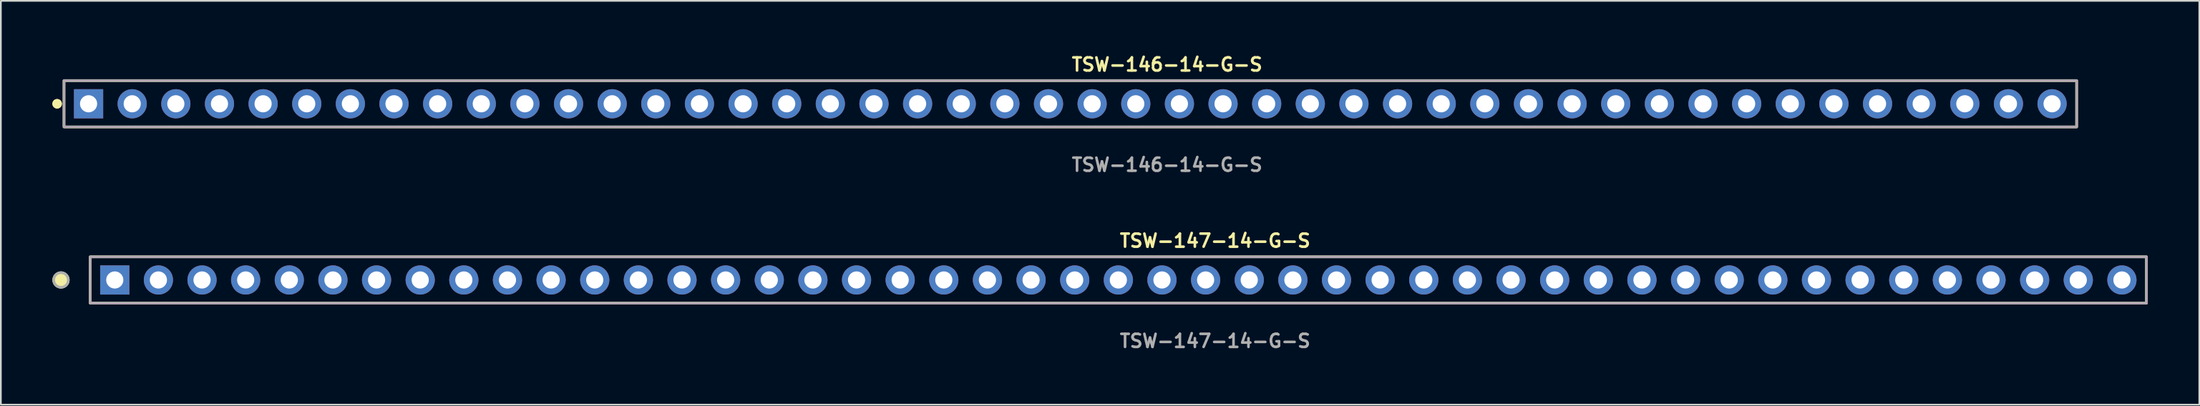
<source format=kicad_pcb>
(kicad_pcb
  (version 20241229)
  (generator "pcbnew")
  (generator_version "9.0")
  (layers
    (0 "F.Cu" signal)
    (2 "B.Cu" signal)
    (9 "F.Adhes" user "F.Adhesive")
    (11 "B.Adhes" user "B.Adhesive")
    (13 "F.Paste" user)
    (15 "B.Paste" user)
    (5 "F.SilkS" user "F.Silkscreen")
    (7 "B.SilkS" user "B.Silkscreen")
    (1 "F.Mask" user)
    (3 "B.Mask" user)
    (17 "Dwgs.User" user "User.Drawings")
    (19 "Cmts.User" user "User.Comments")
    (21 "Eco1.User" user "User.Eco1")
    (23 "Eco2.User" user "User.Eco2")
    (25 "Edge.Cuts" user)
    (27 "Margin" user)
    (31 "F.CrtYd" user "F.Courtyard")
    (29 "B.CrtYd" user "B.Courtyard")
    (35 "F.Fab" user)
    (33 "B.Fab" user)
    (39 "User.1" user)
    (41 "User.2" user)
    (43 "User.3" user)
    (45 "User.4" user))
  (footprint "TSW-147-14-G-S"
    (layer "F.Cu")
    (at 62.051 13.268)
    (property "Reference" "TSW-147-14-G-S" (at 0 -2.286 0) (unlocked yes) (layer "F.SilkS") (effects (font (size 0.762 0.762) (thickness 0.152)) (justify left)))
    (fp_rect (start -59.85 1.35) (end 59.85 -1.35) (stroke (width 0.152) (type solid)) (fill no) (layer "F.SilkS"))
    (fp_circle (center -61.55 0) (end -61.975 0) (stroke (width 0.152) (type solid)) (fill yes) (layer "F.SilkS"))
    (fp_rect (start -59.85 1.35) (end 59.85 -1.35) (stroke (width 0.006) (type solid)) (fill no) (layer "F.CrtYd"))
    (fp_rect (start -59.85 1.35) (end 59.85 -1.35) (stroke (width 0.152) (type solid)) (fill no) (layer "F.Fab"))
    (fp_circle (center -61.55 0) (end -61.975 0) (stroke (width 0.152) (type solid)) (fill no) (layer "F.Fab"))
    (fp_text user "${REFERENCE}" (at 0 3.556 0) (unlocked yes) (layer "F.Fab") (effects (font (size 0.762 0.762) (thickness 0.152)) (justify left)))
    (pad "1" thru_hole rect (at -58.42 0) (size 1.7 1.7) (drill 1) (layers "*.Cu" "*.Mask"))
    (pad "2" thru_hole circle (at -55.88 0) (size 1.7 1.7) (drill 1) (layers "*.Cu" "*.Mask"))
    (pad "3" thru_hole circle (at -53.34 0) (size 1.7 1.7) (drill 1) (layers "*.Cu" "*.Mask"))
    (pad "4" thru_hole circle (at -50.8 0) (size 1.7 1.7) (drill 1) (layers "*.Cu" "*.Mask"))
    (pad "5" thru_hole circle (at -48.26 0) (size 1.7 1.7) (drill 1) (layers "*.Cu" "*.Mask"))
    (pad "6" thru_hole circle (at -45.72 0) (size 1.7 1.7) (drill 1) (layers "*.Cu" "*.Mask"))
    (pad "7" thru_hole circle (at -43.18 0) (size 1.7 1.7) (drill 1) (layers "*.Cu" "*.Mask"))
    (pad "8" thru_hole circle (at -40.64 0) (size 1.7 1.7) (drill 1) (layers "*.Cu" "*.Mask"))
    (pad "9" thru_hole circle (at -38.1 0) (size 1.7 1.7) (drill 1) (layers "*.Cu" "*.Mask"))
    (pad "10" thru_hole circle (at -35.56 0) (size 1.7 1.7) (drill 1) (layers "*.Cu" "*.Mask"))
    (pad "11" thru_hole circle (at -33.02 0) (size 1.7 1.7) (drill 1) (layers "*.Cu" "*.Mask"))
    (pad "12" thru_hole circle (at -30.48 0) (size 1.7 1.7) (drill 1) (layers "*.Cu" "*.Mask"))
    (pad "13" thru_hole circle (at -27.94 0) (size 1.7 1.7) (drill 1) (layers "*.Cu" "*.Mask"))
    (pad "14" thru_hole circle (at -25.4 0) (size 1.7 1.7) (drill 1) (layers "*.Cu" "*.Mask"))
    (pad "15" thru_hole circle (at -22.86 0) (size 1.7 1.7) (drill 1) (layers "*.Cu" "*.Mask"))
    (pad "16" thru_hole circle (at -20.32 0) (size 1.7 1.7) (drill 1) (layers "*.Cu" "*.Mask"))
    (pad "17" thru_hole circle (at -17.78 0) (size 1.7 1.7) (drill 1) (layers "*.Cu" "*.Mask"))
    (pad "18" thru_hole circle (at -15.24 0) (size 1.7 1.7) (drill 1) (layers "*.Cu" "*.Mask"))
    (pad "19" thru_hole circle (at -12.7 0) (size 1.7 1.7) (drill 1) (layers "*.Cu" "*.Mask"))
    (pad "20" thru_hole circle (at -10.16 0) (size 1.7 1.7) (drill 1) (layers "*.Cu" "*.Mask"))
    (pad "21" thru_hole circle (at -7.62 0) (size 1.7 1.7) (drill 1) (layers "*.Cu" "*.Mask"))
    (pad "22" thru_hole circle (at -5.08 0) (size 1.7 1.7) (drill 1) (layers "*.Cu" "*.Mask"))
    (pad "23" thru_hole circle (at -2.54 0) (size 1.7 1.7) (drill 1) (layers "*.Cu" "*.Mask"))
    (pad "24" thru_hole circle (at 0 0) (size 1.7 1.7) (drill 1) (layers "*.Cu" "*.Mask"))
    (pad "25" thru_hole circle (at 2.54 0) (size 1.7 1.7) (drill 1) (layers "*.Cu" "*.Mask"))
    (pad "26" thru_hole circle (at 5.08 0) (size 1.7 1.7) (drill 1) (layers "*.Cu" "*.Mask"))
    (pad "27" thru_hole circle (at 7.62 0) (size 1.7 1.7) (drill 1) (layers "*.Cu" "*.Mask"))
    (pad "28" thru_hole circle (at 10.16 0) (size 1.7 1.7) (drill 1) (layers "*.Cu" "*.Mask"))
    (pad "29" thru_hole circle (at 12.7 0) (size 1.7 1.7) (drill 1) (layers "*.Cu" "*.Mask"))
    (pad "30" thru_hole circle (at 15.24 0) (size 1.7 1.7) (drill 1) (layers "*.Cu" "*.Mask"))
    (pad "31" thru_hole circle (at 17.78 0) (size 1.7 1.7) (drill 1) (layers "*.Cu" "*.Mask"))
    (pad "32" thru_hole circle (at 20.32 0) (size 1.7 1.7) (drill 1) (layers "*.Cu" "*.Mask"))
    (pad "33" thru_hole circle (at 22.86 0) (size 1.7 1.7) (drill 1) (layers "*.Cu" "*.Mask"))
    (pad "34" thru_hole circle (at 25.4 0) (size 1.7 1.7) (drill 1) (layers "*.Cu" "*.Mask"))
    (pad "35" thru_hole circle (at 27.94 0) (size 1.7 1.7) (drill 1) (layers "*.Cu" "*.Mask"))
    (pad "36" thru_hole circle (at 30.48 0) (size 1.7 1.7) (drill 1) (layers "*.Cu" "*.Mask"))
    (pad "37" thru_hole circle (at 33.02 0) (size 1.7 1.7) (drill 1) (layers "*.Cu" "*.Mask"))
    (pad "38" thru_hole circle (at 35.56 0) (size 1.7 1.7) (drill 1) (layers "*.Cu" "*.Mask"))
    (pad "39" thru_hole circle (at 38.1 0) (size 1.7 1.7) (drill 1) (layers "*.Cu" "*.Mask"))
    (pad "40" thru_hole circle (at 40.64 0) (size 1.7 1.7) (drill 1) (layers "*.Cu" "*.Mask"))
    (pad "41" thru_hole circle (at 43.18 0) (size 1.7 1.7) (drill 1) (layers "*.Cu" "*.Mask"))
    (pad "42" thru_hole circle (at 45.72 0) (size 1.7 1.7) (drill 1) (layers "*.Cu" "*.Mask"))
    (pad "43" thru_hole circle (at 48.26 0) (size 1.7 1.7) (drill 1) (layers "*.Cu" "*.Mask"))
    (pad "44" thru_hole circle (at 50.8 0) (size 1.7 1.7) (drill 1) (layers "*.Cu" "*.Mask"))
    (pad "45" thru_hole circle (at 53.34 0) (size 1.7 1.7) (drill 1) (layers "*.Cu" "*.Mask"))
    (pad "46" thru_hole circle (at 55.88 0) (size 1.7 1.7) (drill 1) (layers "*.Cu" "*.Mask"))
    (pad "47" thru_hole circle (at 58.42 0) (size 1.7 1.7) (drill 1) (layers "*.Cu" "*.Mask")))
  (footprint "TSW-146-14-G-S"
    (layer "F.Cu")
    (at 59.256 2.999)
    (property "Reference" "TSW-146-14-G-S" (at 0 -2.286 0) (unlocked yes) (layer "F.SilkS") (effects (font (size 0.762 0.762) (thickness 0.152)) (justify left)))
    (fp_rect (start -58.58 1.35) (end 58.58 -1.35) (stroke (width 0.152) (type solid)) (fill no) (layer "F.SilkS"))
    (fp_circle (center -58.98 0) (end -59.18 0) (stroke (width 0.152) (type solid)) (fill yes) (layer "F.SilkS"))
    (fp_circle (center -58.98 0) (end -59.18 0) (stroke (width 0.152) (type solid)) (fill yes) (layer "F.SilkS"))
    (fp_rect (start -58.58 1.35) (end 58.58 -1.35) (stroke (width 0.006) (type solid)) (fill no) (layer "F.CrtYd"))
    (fp_rect (start -58.58 1.35) (end 58.58 -1.35) (stroke (width 0.152) (type solid)) (fill no) (layer "F.Fab"))
    (fp_text user "${REFERENCE}" (at 0 3.556 0) (unlocked yes) (layer "F.Fab") (effects (font (size 0.762 0.762) (thickness 0.152)) (justify left)))
    (pad "1" thru_hole rect (at -57.15 0) (size 1.7 1.7) (drill 1) (layers "*.Cu" "*.Mask"))
    (pad "2" thru_hole circle (at -54.61 0) (size 1.7 1.7) (drill 1) (layers "*.Cu" "*.Mask"))
    (pad "3" thru_hole circle (at -52.07 0) (size 1.7 1.7) (drill 1) (layers "*.Cu" "*.Mask"))
    (pad "4" thru_hole circle (at -49.53 0) (size 1.7 1.7) (drill 1) (layers "*.Cu" "*.Mask"))
    (pad "5" thru_hole circle (at -46.99 0) (size 1.7 1.7) (drill 1) (layers "*.Cu" "*.Mask"))
    (pad "6" thru_hole circle (at -44.45 0) (size 1.7 1.7) (drill 1) (layers "*.Cu" "*.Mask"))
    (pad "7" thru_hole circle (at -41.91 0) (size 1.7 1.7) (drill 1) (layers "*.Cu" "*.Mask"))
    (pad "8" thru_hole circle (at -39.37 0) (size 1.7 1.7) (drill 1) (layers "*.Cu" "*.Mask"))
    (pad "9" thru_hole circle (at -36.83 0) (size 1.7 1.7) (drill 1) (layers "*.Cu" "*.Mask"))
    (pad "10" thru_hole circle (at -34.29 0) (size 1.7 1.7) (drill 1) (layers "*.Cu" "*.Mask"))
    (pad "11" thru_hole circle (at -31.75 0) (size 1.7 1.7) (drill 1) (layers "*.Cu" "*.Mask"))
    (pad "12" thru_hole circle (at -29.21 0) (size 1.7 1.7) (drill 1) (layers "*.Cu" "*.Mask"))
    (pad "13" thru_hole circle (at -26.67 0) (size 1.7 1.7) (drill 1) (layers "*.Cu" "*.Mask"))
    (pad "14" thru_hole circle (at -24.13 0) (size 1.7 1.7) (drill 1) (layers "*.Cu" "*.Mask"))
    (pad "15" thru_hole circle (at -21.59 0) (size 1.7 1.7) (drill 1) (layers "*.Cu" "*.Mask"))
    (pad "16" thru_hole circle (at -19.05 0) (size 1.7 1.7) (drill 1) (layers "*.Cu" "*.Mask"))
    (pad "17" thru_hole circle (at -16.51 0) (size 1.7 1.7) (drill 1) (layers "*.Cu" "*.Mask"))
    (pad "18" thru_hole circle (at -13.97 0) (size 1.7 1.7) (drill 1) (layers "*.Cu" "*.Mask"))
    (pad "19" thru_hole circle (at -11.43 0) (size 1.7 1.7) (drill 1) (layers "*.Cu" "*.Mask"))
    (pad "20" thru_hole circle (at -8.89 0) (size 1.7 1.7) (drill 1) (layers "*.Cu" "*.Mask"))
    (pad "21" thru_hole circle (at -6.35 0) (size 1.7 1.7) (drill 1) (layers "*.Cu" "*.Mask"))
    (pad "22" thru_hole circle (at -3.81 0) (size 1.7 1.7) (drill 1) (layers "*.Cu" "*.Mask"))
    (pad "23" thru_hole circle (at -1.27 0) (size 1.7 1.7) (drill 1) (layers "*.Cu" "*.Mask"))
    (pad "24" thru_hole circle (at 1.27 0) (size 1.7 1.7) (drill 1) (layers "*.Cu" "*.Mask"))
    (pad "25" thru_hole circle (at 3.81 0) (size 1.7 1.7) (drill 1) (layers "*.Cu" "*.Mask"))
    (pad "26" thru_hole circle (at 6.35 0) (size 1.7 1.7) (drill 1) (layers "*.Cu" "*.Mask"))
    (pad "27" thru_hole circle (at 8.89 0) (size 1.7 1.7) (drill 1) (layers "*.Cu" "*.Mask"))
    (pad "28" thru_hole circle (at 11.43 0) (size 1.7 1.7) (drill 1) (layers "*.Cu" "*.Mask"))
    (pad "29" thru_hole circle (at 13.97 0) (size 1.7 1.7) (drill 1) (layers "*.Cu" "*.Mask"))
    (pad "30" thru_hole circle (at 16.51 0) (size 1.7 1.7) (drill 1) (layers "*.Cu" "*.Mask"))
    (pad "31" thru_hole circle (at 19.05 0) (size 1.7 1.7) (drill 1) (layers "*.Cu" "*.Mask"))
    (pad "32" thru_hole circle (at 21.59 0) (size 1.7 1.7) (drill 1) (layers "*.Cu" "*.Mask"))
    (pad "33" thru_hole circle (at 24.13 0) (size 1.7 1.7) (drill 1) (layers "*.Cu" "*.Mask"))
    (pad "34" thru_hole circle (at 26.67 0) (size 1.7 1.7) (drill 1) (layers "*.Cu" "*.Mask"))
    (pad "35" thru_hole circle (at 29.21 0) (size 1.7 1.7) (drill 1) (layers "*.Cu" "*.Mask"))
    (pad "36" thru_hole circle (at 31.75 0) (size 1.7 1.7) (drill 1) (layers "*.Cu" "*.Mask"))
    (pad "37" thru_hole circle (at 34.29 0) (size 1.7 1.7) (drill 1) (layers "*.Cu" "*.Mask"))
    (pad "38" thru_hole circle (at 36.83 0) (size 1.7 1.7) (drill 1) (layers "*.Cu" "*.Mask"))
    (pad "39" thru_hole circle (at 39.37 0) (size 1.7 1.7) (drill 1) (layers "*.Cu" "*.Mask"))
    (pad "40" thru_hole circle (at 41.91 0) (size 1.7 1.7) (drill 1) (layers "*.Cu" "*.Mask"))
    (pad "41" thru_hole circle (at 44.45 0) (size 1.7 1.7) (drill 1) (layers "*.Cu" "*.Mask"))
    (pad "42" thru_hole circle (at 46.99 0) (size 1.7 1.7) (drill 1) (layers "*.Cu" "*.Mask"))
    (pad "43" thru_hole circle (at 49.53 0) (size 1.7 1.7) (drill 1) (layers "*.Cu" "*.Mask"))
    (pad "44" thru_hole circle (at 52.07 0) (size 1.7 1.7) (drill 1) (layers "*.Cu" "*.Mask"))
    (pad "45" thru_hole circle (at 54.61 0) (size 1.7 1.7) (drill 1) (layers "*.Cu" "*.Mask"))
    (pad "46" thru_hole circle (at 57.15 0) (size 1.7 1.7) (drill 1) (layers "*.Cu" "*.Mask")))
  (gr_rect
    (start -3 -3)
    (end 124.977 20.537)
    (stroke (width 0.1) (type default))
    (fill no)
    (layer "Edge.Cuts")))
</source>
